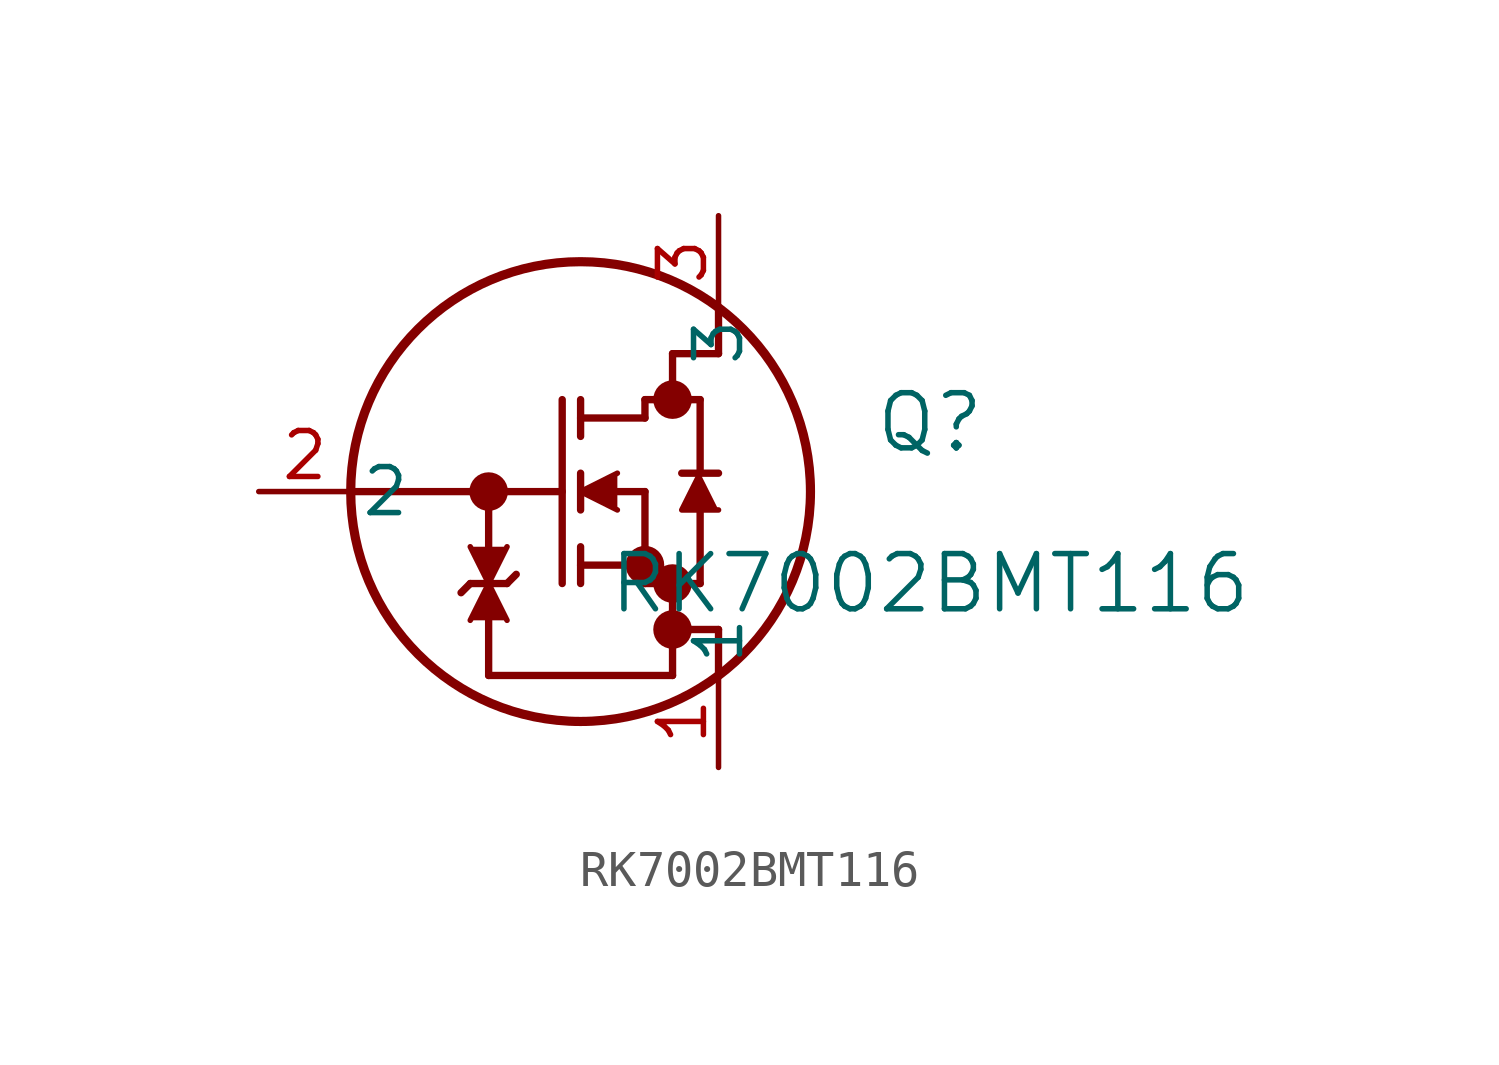
<source format=kicad_sym>
(kicad_symbol_lib
  (version 20211014)
  (generator kicad_symbol_editor)
  (symbol "RK7002BMT116"
    (pin_names
      (offset 0.254))
    (property "Reference" "Q"
      (at 18.542 1.905 0)
      (effects (font (size 1.524 1.524))))
    (property "Value" "RK7002BMT116"
      (at 18.542 -2.54 0)
      (effects (font (size 1.524 1.524))))
    (symbol "RK7002BMT116_0_1"
      (circle (center 11.43 2.54) (radius 0.025) (stroke (width 0.508) (type default) (color 0 0 0 0)) (fill (type none)))
      (circle (center 11.43 -2.54) (radius 0.025) (stroke (width 0.508) (type default) (color 0 0 0 0)) (fill (type none)))
      (circle (center 10.668 -2.032) (radius 0.025) (stroke (width 0.508) (type default) (color 0 0 0 0)) (fill (type none)))
      (circle (center 8.89 0) (radius 6.35) (stroke (width 0.254) (type default) (color 0 0 0 0)) (fill (type none)))
      (polyline (pts (xy 2.54 0) (xy 8.382 0)) (stroke (width 0.203) (type default) (color 0 0 0 0)) (fill (type none)))
      (polyline (pts (xy 8.382 -2.54) (xy 8.382 2.54)) (stroke (width 0.203) (type default) (color 0 0 0 0)) (fill (type none)))
      (polyline (pts (xy 8.89 -0.508) (xy 8.89 0.508)) (stroke (width 0.203) (type default) (color 0 0 0 0)) (fill (type none)))
      (polyline (pts (xy 8.89 -2.54) (xy 8.89 -1.524)) (stroke (width 0.203) (type default) (color 0 0 0 0)) (fill (type none)))
      (polyline (pts (xy 8.89 1.524) (xy 8.89 2.54)) (stroke (width 0.203) (type default) (color 0 0 0 0)) (fill (type none)))
      (polyline (pts (xy 9.906 0) (xy 10.668 0)) (stroke (width 0.203) (type default) (color 0 0 0 0)) (fill (type none)))
      (polyline (pts (xy 8.89 -2.032) (xy 10.668 -2.032)) (stroke (width 0.203) (type default) (color 0 0 0 0)) (fill (type none)))
      (polyline (pts (xy 10.668 -2.54) (xy 10.668 0)) (stroke (width 0.203) (type default) (color 0 0 0 0)) (fill (type none)))
      (polyline (pts (xy 10.668 -2.54) (xy 12.192 -2.54)) (stroke (width 0.203) (type default) (color 0 0 0 0)) (fill (type none)))
      (polyline (pts (xy 8.89 2.032) (xy 10.668 2.032)) (stroke (width 0.203) (type default) (color 0 0 0 0)) (fill (type none)))
      (polyline (pts (xy 12.192 0.508) (xy 12.192 2.54)) (stroke (width 0.203) (type default) (color 0 0 0 0)) (fill (type none)))
      (polyline (pts (xy 12.192 -2.54) (xy 12.192 -0.508)) (stroke (width 0.203) (type default) (color 0 0 0 0)) (fill (type none)))
      (polyline (pts (xy 12.7 0.508) (xy 11.684 0.508)) (stroke (width 0.203) (type default) (color 0 0 0 0)) (fill (type none)))
      (polyline (pts (xy 10.668 2.54) (xy 12.192 2.54)) (stroke (width 0.203) (type default) (color 0 0 0 0)) (fill (type none)))
      (polyline (pts (xy 10.668 2.032) (xy 10.668 2.54)) (stroke (width 0.203) (type default) (color 0 0 0 0)) (fill (type none)))
      (polyline (pts (xy 11.43 -2.54) (xy 11.43 -5.08)) (stroke (width 0.203) (type default) (color 0 0 0 0)) (fill (type none)))
      (polyline (pts (xy 11.43 -5.08) (xy 6.35 -5.08)) (stroke (width 0.203) (type default) (color 0 0 0 0)) (fill (type none)))
      (polyline (pts (xy 11.43 3.81) (xy 11.43 2.54)) (stroke (width 0.203) (type default) (color 0 0 0 0)) (fill (type none)))
      (polyline (pts (xy 6.35 -5.08) (xy 6.35 -3.556)) (stroke (width 0.203) (type default) (color 0 0 0 0)) (fill (type none)))
      (polyline (pts (xy 6.858 -2.54) (xy 5.842 -2.54)) (stroke (width 0.203) (type default) (color 0 0 0 0)) (fill (type none)))
      (polyline (pts (xy 6.858 -2.54) (xy 7.112 -2.286)) (stroke (width 0.203) (type default) (color 0 0 0 0)) (fill (type none)))
      (polyline (pts (xy 5.842 -2.54) (xy 5.588 -2.794)) (stroke (width 0.203) (type default) (color 0 0 0 0)) (fill (type none)))
      (polyline (pts (xy 5.842 -1.524) (xy 6.35 -2.54) (xy 6.858 -1.524)) (stroke (width 0) (type default) (color 0 0 0 0)) (fill (type outline)))
      (polyline (pts (xy 6.35 -1.524) (xy 6.35 0)) (stroke (width 0.203) (type default) (color 0 0 0 0)) (fill (type none)))
      (circle (center 11.43 -3.81) (radius 0.025) (stroke (width 0.508) (type default) (color 0 0 0 0)) (fill (type none)))
      (circle (center 6.35 0) (radius 0.025) (stroke (width 0.508) (type default) (color 0 0 0 0)) (fill (type none)))
      (polyline (pts (xy 9.906 0.508) (xy 8.89 0) (xy 9.906 -0.508)) (stroke (width 0) (type default) (color 0 0 0 0)) (fill (type outline)))
      (polyline (pts (xy 12.7 -0.508) (xy 11.684 -0.508) (xy 12.192 0.508)) (stroke (width 0) (type default) (color 0 0 0 0)) (fill (type outline)))
      (polyline (pts (xy 6.858 -3.556) (xy 6.35 -2.54) (xy 5.842 -3.556)) (stroke (width 0) (type default) (color 0 0 0 0)) (fill (type outline)))
      (polyline (pts (xy 11.43 3.81) (xy 12.7 3.81)) (stroke (width 0.203) (type default) (color 0 0 0 0)) (fill (type none)))
      (polyline (pts (xy 12.7 3.81) (xy 12.7 5.08)) (stroke (width 0.203) (type default) (color 0 0 0 0)) (fill (type none)))
      (polyline (pts (xy 12.7 -5.08) (xy 12.7 -3.81)) (stroke (width 0.203) (type default) (color 0 0 0 0)) (fill (type none)))
      (polyline (pts (xy 12.7 -3.81) (xy 11.455 -3.81)) (stroke (width 0.203) (type default) (color 0 0 0 0)) (fill (type none)))
      (pin unspecified line (at 12.7 -7.62 90) (length 2.54) (name "1" (effects (font (size 1.27 1.27)))) (number "1" (effects (font (size 1.27 1.27)))))
      (pin unspecified line (at 0 0 0) (length 2.54) (name "2" (effects (font (size 1.27 1.27)))) (number "2" (effects (font (size 1.27 1.27)))))
      (pin unspecified line (at 12.7 7.62 270) (length 2.54) (name "3" (effects (font (size 1.27 1.27)))) (number "3" (effects (font (size 1.27 1.27))))))))
</source>
